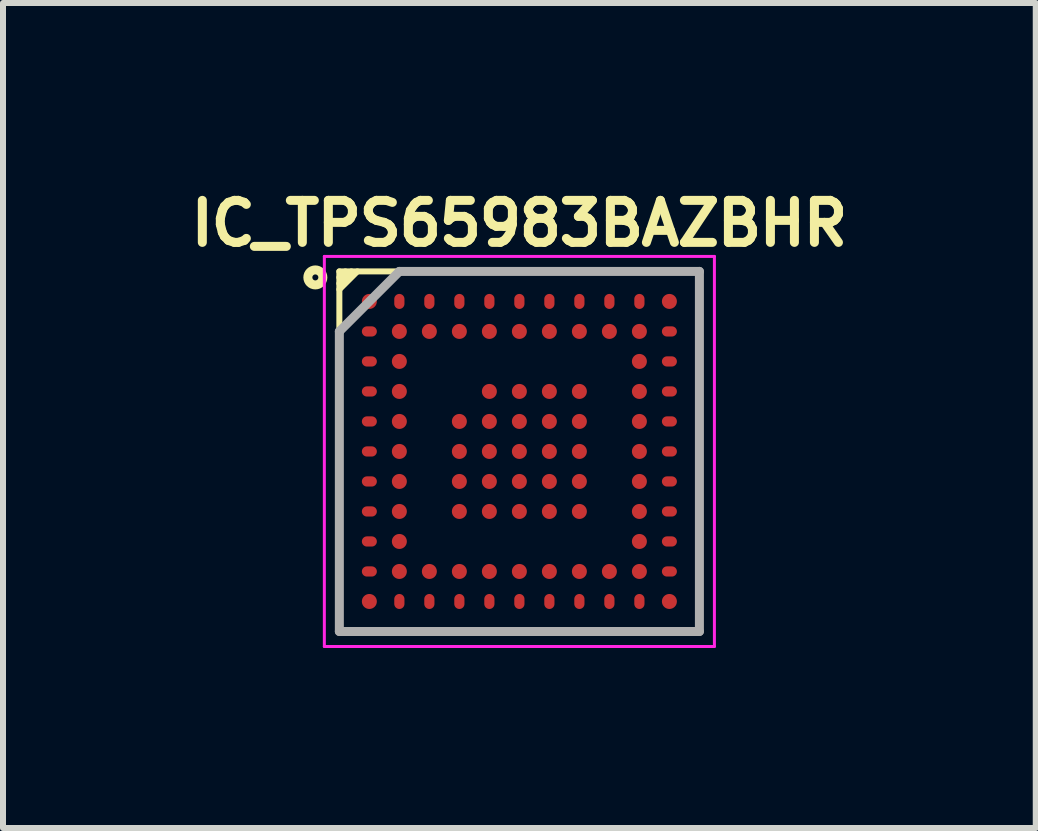
<source format=kicad_pcb>
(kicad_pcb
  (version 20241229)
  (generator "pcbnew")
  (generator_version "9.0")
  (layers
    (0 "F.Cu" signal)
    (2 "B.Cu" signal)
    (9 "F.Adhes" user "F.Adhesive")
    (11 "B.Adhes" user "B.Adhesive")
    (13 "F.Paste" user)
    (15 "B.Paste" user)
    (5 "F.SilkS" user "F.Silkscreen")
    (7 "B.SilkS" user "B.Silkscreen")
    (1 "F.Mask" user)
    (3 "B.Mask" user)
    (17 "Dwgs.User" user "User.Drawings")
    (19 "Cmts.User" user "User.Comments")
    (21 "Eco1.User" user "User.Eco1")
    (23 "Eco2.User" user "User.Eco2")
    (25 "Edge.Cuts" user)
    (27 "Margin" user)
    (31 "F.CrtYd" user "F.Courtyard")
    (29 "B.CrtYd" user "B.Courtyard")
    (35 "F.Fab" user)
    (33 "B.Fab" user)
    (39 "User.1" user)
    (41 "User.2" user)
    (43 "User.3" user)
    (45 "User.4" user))
  (footprint "IC_TPS65983BAZBHR"
    (layer "F.Cu")
    (at 5.605 4.473)
    (property "Reference" "IC_TPS65983BAZBHR" (at 0 -3.8 0) (unlocked yes) (layer "F.SilkS") (effects (font (size 0.7 0.7) (thickness 0.15))))
    (attr smd)
    (fp_line (start -3 -3) (end 3 -3) (stroke (width 0.1) (type solid)) (layer "F.SilkS"))
    (fp_line (start -3 -2.9) (end -2.9 -3) (stroke (width 0.1) (type solid)) (layer "F.SilkS"))
    (fp_line (start -3 -2.8) (end -2.8 -3) (stroke (width 0.1) (type solid)) (layer "F.SilkS"))
    (fp_line (start -3 -2.7) (end -2.7 -3) (stroke (width 0.1) (type solid)) (layer "F.SilkS"))
    (fp_line (start -3 3) (end -3 -3) (stroke (width 0.1) (type solid)) (layer "F.SilkS"))
    (fp_line (start 3 -3) (end 3 3) (stroke (width 0.1) (type solid)) (layer "F.SilkS"))
    (fp_line (start 3 3) (end -3 3) (stroke (width 0.1) (type solid)) (layer "F.SilkS"))
    (fp_circle (center -3.4 -2.9) (end -3.35 -2.9) (stroke (width 0.15) (type solid)) (fill no) (layer "F.SilkS"))
    (fp_poly (pts (xy -2.6 2.6) (xy -2.6 2.4) (xy -2.4 2.4) (xy -2.4 2.6)) (stroke (width 0.05) (type solid)) (fill yes) (layer "F.Paste"))
    (fp_poly (pts (xy -2.4 -2.4) (xy -2.6 -2.4) (xy -2.6 -2.6) (xy -2.4 -2.6)) (stroke (width 0.05) (type solid)) (fill yes) (layer "F.Paste"))
    (fp_poly (pts (xy -2.1 -1.9) (xy -2.1 -2.1) (xy -1.9 -2.1) (xy -1.9 -1.9)) (stroke (width 0.05) (type solid)) (fill yes) (layer "F.Paste"))
    (fp_poly (pts (xy -2.1 -1.4) (xy -2.1 -1.6) (xy -1.9 -1.6) (xy -1.9 -1.4)) (stroke (width 0.05) (type solid)) (fill yes) (layer "F.Paste"))
    (fp_poly (pts (xy -2.1 -0.9) (xy -2.1 -1.1) (xy -1.9 -1.1) (xy -1.9 -0.9)) (stroke (width 0.05) (type solid)) (fill yes) (layer "F.Paste"))
    (fp_poly (pts (xy -2.1 0.6) (xy -2.1 0.4) (xy -1.9 0.4) (xy -1.9 0.6)) (stroke (width 0.05) (type solid)) (fill yes) (layer "F.Paste"))
    (fp_poly (pts (xy -2.1 1.1) (xy -2.1 0.9) (xy -1.9 0.9) (xy -1.9 1.1)) (stroke (width 0.05) (type solid)) (fill yes) (layer "F.Paste"))
    (fp_poly (pts (xy -2.1 1.6) (xy -2.1 1.4) (xy -1.9 1.4) (xy -1.9 1.6)) (stroke (width 0.05) (type solid)) (fill yes) (layer "F.Paste"))
    (fp_poly (pts (xy -2.1 1.9) (xy -1.9 1.9) (xy -1.9 2.1) (xy -2.1 2.1)) (stroke (width 0.05) (type solid)) (fill yes) (layer "F.Paste"))
    (fp_poly (pts (xy -1.9 -0.4) (xy -2.1 -0.4) (xy -2.1 -0.6) (xy -1.9 -0.6)) (stroke (width 0.05) (type solid)) (fill yes) (layer "F.Paste"))
    (fp_poly (pts (xy -1.9 0.1) (xy -2.1 0.1) (xy -2.1 -0.1) (xy -1.9 -0.1)) (stroke (width 0.05) (type solid)) (fill yes) (layer "F.Paste"))
    (fp_poly (pts (xy -1.6 1.9) (xy -1.4 1.9) (xy -1.4 2.1) (xy -1.6 2.1)) (stroke (width 0.05) (type solid)) (fill yes) (layer "F.Paste"))
    (fp_poly (pts (xy -1.4 -1.9) (xy -1.6 -1.9) (xy -1.6 -2.1) (xy -1.4 -2.1)) (stroke (width 0.05) (type solid)) (fill yes) (layer "F.Paste"))
    (fp_poly (pts (xy -1.1 0.1) (xy -1.1 -0.1) (xy -0.9 -0.1) (xy -0.9 0.1)) (stroke (width 0.05) (type solid)) (fill yes) (layer "F.Paste"))
    (fp_poly (pts (xy -1.1 0.6) (xy -1.1 0.4) (xy -0.9 0.4) (xy -0.9 0.6)) (stroke (width 0.05) (type solid)) (fill yes) (layer "F.Paste"))
    (fp_poly (pts (xy -1.1 1.1) (xy -1.1 0.9) (xy -0.9 0.9) (xy -0.9 1.1)) (stroke (width 0.05) (type solid)) (fill yes) (layer "F.Paste"))
    (fp_poly (pts (xy -1.1 2.1) (xy -1.1 1.9) (xy -0.9 1.9) (xy -0.9 2.1)) (stroke (width 0.05) (type solid)) (fill yes) (layer "F.Paste"))
    (fp_poly (pts (xy -0.9 -1.9) (xy -1.1 -1.9) (xy -1.1 -2.1) (xy -0.9 -2.1)) (stroke (width 0.05) (type solid)) (fill yes) (layer "F.Paste"))
    (fp_poly (pts (xy -0.9 -0.4) (xy -1.1 -0.4) (xy -1.1 -0.6) (xy -0.9 -0.6)) (stroke (width 0.05) (type solid)) (fill yes) (layer "F.Paste"))
    (fp_poly (pts (xy -0.6 -1.1) (xy -0.4 -1.1) (xy -0.4 -0.9) (xy -0.6 -0.9)) (stroke (width 0.05) (type solid)) (fill yes) (layer "F.Paste"))
    (fp_poly (pts (xy -0.6 0.1) (xy -0.6 -0.1) (xy -0.4 -0.1) (xy -0.4 0.1)) (stroke (width 0.05) (type solid)) (fill yes) (layer "F.Paste"))
    (fp_poly (pts (xy -0.6 0.6) (xy -0.6 0.4) (xy -0.4 0.4) (xy -0.4 0.6)) (stroke (width 0.05) (type solid)) (fill yes) (layer "F.Paste"))
    (fp_poly (pts (xy -0.6 1.1) (xy -0.6 0.9) (xy -0.4 0.9) (xy -0.4 1.1)) (stroke (width 0.05) (type solid)) (fill yes) (layer "F.Paste"))
    (fp_poly (pts (xy -0.6 2.1) (xy -0.6 1.9) (xy -0.4 1.9) (xy -0.4 2.1)) (stroke (width 0.05) (type solid)) (fill yes) (layer "F.Paste"))
    (fp_poly (pts (xy -0.4 -2.1) (xy -0.4 -1.9) (xy -0.6 -1.9) (xy -0.6 -2.1)) (stroke (width 0.05) (type solid)) (fill yes) (layer "F.Paste"))
    (fp_poly (pts (xy -0.4 -0.4) (xy -0.6 -0.4) (xy -0.6 -0.6) (xy -0.4 -0.6)) (stroke (width 0.05) (type solid)) (fill yes) (layer "F.Paste"))
    (fp_poly (pts (xy -0.1 -1.1) (xy 0.1 -1.1) (xy 0.1 -0.9) (xy -0.1 -0.9)) (stroke (width 0.05) (type solid)) (fill yes) (layer "F.Paste"))
    (fp_poly (pts (xy -0.1 -0.6) (xy 0.1 -0.6) (xy 0.1 -0.4) (xy -0.1 -0.4)) (stroke (width 0.05) (type solid)) (fill yes) (layer "F.Paste"))
    (fp_poly (pts (xy -0.1 -0.1) (xy 0.1 -0.1) (xy 0.1 0.1) (xy -0.1 0.1)) (stroke (width 0.05) (type solid)) (fill yes) (layer "F.Paste"))
    (fp_poly (pts (xy -0.1 0.4) (xy 0.1 0.4) (xy 0.1 0.6) (xy -0.1 0.6)) (stroke (width 0.05) (type solid)) (fill yes) (layer "F.Paste"))
    (fp_poly (pts (xy -0.1 0.9) (xy 0.1 0.9) (xy 0.1 1.1) (xy -0.1 1.1)) (stroke (width 0.05) (type solid)) (fill yes) (layer "F.Paste"))
    (fp_poly (pts (xy -0.1 1.9) (xy 0.1 1.9) (xy 0.1 2.1) (xy -0.1 2.1)) (stroke (width 0.05) (type solid)) (fill yes) (layer "F.Paste"))
    (fp_poly (pts (xy 0.1 -2.1) (xy 0.1 -1.9) (xy -0.1 -1.9) (xy -0.1 -2.1)) (stroke (width 0.05) (type solid)) (fill yes) (layer "F.Paste"))
    (fp_poly (pts (xy 0.4 -1.1) (xy 0.6 -1.1) (xy 0.6 -0.9) (xy 0.4 -0.9)) (stroke (width 0.05) (type solid)) (fill yes) (layer "F.Paste"))
    (fp_poly (pts (xy 0.4 -0.6) (xy 0.6 -0.6) (xy 0.6 -0.4) (xy 0.4 -0.4)) (stroke (width 0.05) (type solid)) (fill yes) (layer "F.Paste"))
    (fp_poly (pts (xy 0.4 0.6) (xy 0.4 0.4) (xy 0.6 0.4) (xy 0.6 0.6)) (stroke (width 0.05) (type solid)) (fill yes) (layer "F.Paste"))
    (fp_poly (pts (xy 0.4 0.9) (xy 0.6 0.9) (xy 0.6 1.1) (xy 0.4 1.1)) (stroke (width 0.05) (type solid)) (fill yes) (layer "F.Paste"))
    (fp_poly (pts (xy 0.4 1.9) (xy 0.6 1.9) (xy 0.6 2.1) (xy 0.4 2.1)) (stroke (width 0.05) (type solid)) (fill yes) (layer "F.Paste"))
    (fp_poly (pts (xy 0.6 -1.9) (xy 0.4 -1.9) (xy 0.4 -2.1) (xy 0.6 -2.1)) (stroke (width 0.05) (type solid)) (fill yes) (layer "F.Paste"))
    (fp_poly (pts (xy 0.6 0.1) (xy 0.4 0.1) (xy 0.4 -0.1) (xy 0.6 -0.1)) (stroke (width 0.05) (type solid)) (fill yes) (layer "F.Paste"))
    (fp_poly (pts (xy 0.9 -1.1) (xy 1.1 -1.1) (xy 1.1 -0.9) (xy 0.9 -0.9)) (stroke (width 0.05) (type solid)) (fill yes) (layer "F.Paste"))
    (fp_poly (pts (xy 0.9 -0.6) (xy 1.1 -0.6) (xy 1.1 -0.4) (xy 0.9 -0.4)) (stroke (width 0.05) (type solid)) (fill yes) (layer "F.Paste"))
    (fp_poly (pts (xy 0.9 1.1) (xy 0.9 0.9) (xy 1.1 0.9) (xy 1.1 1.1)) (stroke (width 0.05) (type solid)) (fill yes) (layer "F.Paste"))
    (fp_poly (pts (xy 0.9 1.9) (xy 1.1 1.9) (xy 1.1 2.1) (xy 0.9 2.1)) (stroke (width 0.05) (type solid)) (fill yes) (layer "F.Paste"))
    (fp_poly (pts (xy 1.1 -1.9) (xy 0.9 -1.9) (xy 0.9 -2.1) (xy 1.1 -2.1)) (stroke (width 0.05) (type solid)) (fill yes) (layer "F.Paste"))
    (fp_poly (pts (xy 1.1 0.1) (xy 0.9 0.1) (xy 0.9 -0.1) (xy 1.1 -0.1)) (stroke (width 0.05) (type solid)) (fill yes) (layer "F.Paste"))
    (fp_poly (pts (xy 1.1 0.6) (xy 0.9 0.6) (xy 0.9 0.4) (xy 1.1 0.4)) (stroke (width 0.05) (type solid)) (fill yes) (layer "F.Paste"))
    (fp_poly (pts (xy 1.4 1.9) (xy 1.6 1.9) (xy 1.6 2.1) (xy 1.4 2.1)) (stroke (width 0.05) (type solid)) (fill yes) (layer "F.Paste"))
    (fp_poly (pts (xy 1.6 -1.9) (xy 1.4 -1.9) (xy 1.4 -2.1) (xy 1.6 -2.1)) (stroke (width 0.05) (type solid)) (fill yes) (layer "F.Paste"))
    (fp_poly (pts (xy 1.9 -0.1) (xy 2.1 -0.1) (xy 2.1 0.1) (xy 1.9 0.1)) (stroke (width 0.05) (type solid)) (fill yes) (layer "F.Paste"))
    (fp_poly (pts (xy 1.9 2.1) (xy 1.9 1.9) (xy 2.1 1.9) (xy 2.1 2.1)) (stroke (width 0.05) (type solid)) (fill yes) (layer "F.Paste"))
    (fp_poly (pts (xy 2.1 -1.9) (xy 1.9 -1.9) (xy 1.9 -2.1) (xy 2.1 -2.1)) (stroke (width 0.05) (type solid)) (fill yes) (layer "F.Paste"))
    (fp_poly (pts (xy 2.1 -1.6) (xy 2.1 -1.4) (xy 1.9 -1.4) (xy 1.9 -1.6)) (stroke (width 0.05) (type solid)) (fill yes) (layer "F.Paste"))
    (fp_poly (pts (xy 2.1 -1.1) (xy 2.1 -0.9) (xy 1.9 -0.9) (xy 1.9 -1.1)) (stroke (width 0.05) (type solid)) (fill yes) (layer "F.Paste"))
    (fp_poly (pts (xy 2.1 -0.6) (xy 2.1 -0.4) (xy 1.9 -0.4) (xy 1.9 -0.6)) (stroke (width 0.05) (type solid)) (fill yes) (layer "F.Paste"))
    (fp_poly (pts (xy 2.1 0.4) (xy 2.1 0.6) (xy 1.9 0.6) (xy 1.9 0.4)) (stroke (width 0.05) (type solid)) (fill yes) (layer "F.Paste"))
    (fp_poly (pts (xy 2.1 0.9) (xy 2.1 1.1) (xy 1.9 1.1) (xy 1.9 0.9)) (stroke (width 0.05) (type solid)) (fill yes) (layer "F.Paste"))
    (fp_poly (pts (xy 2.1 1.4) (xy 2.1 1.6) (xy 1.9 1.6) (xy 1.9 1.4)) (stroke (width 0.05) (type solid)) (fill yes) (layer "F.Paste"))
    (fp_poly (pts (xy 2.6 -2.4) (xy 2.4 -2.4) (xy 2.4 -2.6) (xy 2.6 -2.6)) (stroke (width 0.05) (type solid)) (fill yes) (layer "F.Paste"))
    (fp_poly (pts (xy 2.6 2.6) (xy 2.4 2.6) (xy 2.4 2.4) (xy 2.6 2.4)) (stroke (width 0.05) (type solid)) (fill yes) (layer "F.Paste"))
    (fp_line (start -3.25 -3.25) (end -3.25 3.25) (stroke (width 0.05) (type solid)) (layer "F.CrtYd"))
    (fp_line (start -3.25 3.25) (end 3.25 3.25) (stroke (width 0.05) (type solid)) (layer "F.CrtYd"))
    (fp_line (start 3.25 -3.25) (end -3.25 -3.25) (stroke (width 0.05) (type solid)) (layer "F.CrtYd"))
    (fp_line (start 3.25 -3.25) (end 3.25 3.25) (stroke (width 0.05) (type solid)) (layer "F.CrtYd"))
    (fp_line (start -3 -2) (end -2 -3) (stroke (width 0.15) (type solid)) (layer "F.Fab"))
    (fp_line (start -3 3) (end -3 -2) (stroke (width 0.15) (type solid)) (layer "F.Fab"))
    (fp_line (start -2 -3) (end 3 -3) (stroke (width 0.15) (type solid)) (layer "F.Fab"))
    (fp_line (start 3 -3) (end 3 3) (stroke (width 0.15) (type solid)) (layer "F.Fab"))
    (fp_line (start 3 3) (end -3 3) (stroke (width 0.15) (type solid)) (layer "F.Fab"))
    (fp_rect (start 3 -3) (end -3 3) (stroke (width 0.12) (type solid)) (fill no) (layer "User.5"))
    (pad "A1" smd circle (at -2.5 -2.5) (size 0.25 0.25) (layers "F.Cu" "F.Mask" "F.Paste"))
    (pad "A2" smd oval (at -2 -2.5) (size 0.17 0.25) (layers "F.Cu" "F.Mask" "F.Paste"))
    (pad "A3" smd oval (at -1.5 -2.5) (size 0.17 0.25) (layers "F.Cu" "F.Mask" "F.Paste"))
    (pad "A4" smd oval (at -1 -2.5) (size 0.17 0.25) (layers "F.Cu" "F.Mask" "F.Paste"))
    (pad "A5" smd oval (at -0.5 -2.5) (size 0.17 0.25) (layers "F.Cu" "F.Mask" "F.Paste"))
    (pad "A6" smd oval (at 0 -2.5) (size 0.17 0.25) (layers "F.Cu" "F.Mask" "F.Paste"))
    (pad "A7" smd oval (at 0.5 -2.5) (size 0.17 0.25) (layers "F.Cu" "F.Mask" "F.Paste"))
    (pad "A8" smd oval (at 1 -2.5) (size 0.17 0.25) (layers "F.Cu" "F.Mask" "F.Paste"))
    (pad "A9" smd oval (at 1.5 -2.5) (size 0.17 0.25) (layers "F.Cu" "F.Mask" "F.Paste"))
    (pad "A10" smd oval (at 2 -2.5) (size 0.17 0.25) (layers "F.Cu" "F.Mask" "F.Paste"))
    (pad "A11" smd circle (at 2.5 -2.5) (size 0.25 0.25) (layers "F.Cu" "F.Mask" "F.Paste"))
    (pad "B1" smd oval (at -2.5 -2) (size 0.25 0.17) (layers "F.Cu" "F.Mask" "F.Paste"))
    (pad "B2" smd circle (at -2 -2 270) (size 0.25 0.25) (layers "F.Cu" "F.Mask" "F.Paste"))
    (pad "B3" smd circle (at -1.5 -2) (size 0.25 0.25) (layers "F.Cu" "F.Mask" "F.Paste"))
    (pad "B4" smd circle (at -1 -2) (size 0.25 0.25) (layers "F.Cu" "F.Mask" "F.Paste"))
    (pad "B5" smd circle (at -0.5 -2 90) (size 0.25 0.25) (layers "F.Cu" "F.Mask" "F.Paste"))
    (pad "B6" smd circle (at 0 -2 90) (size 0.25 0.25) (layers "F.Cu" "F.Mask" "F.Paste"))
    (pad "B7" smd circle (at 0.5 -2) (size 0.25 0.25) (layers "F.Cu" "F.Mask" "F.Paste"))
    (pad "B8" smd circle (at 1 -2) (size 0.25 0.25) (layers "F.Cu" "F.Mask" "F.Paste"))
    (pad "B9" smd circle (at 1.5 -2) (size 0.25 0.25) (layers "F.Cu" "F.Mask" "F.Paste"))
    (pad "B10" smd circle (at 2 -2) (size 0.25 0.25) (layers "F.Cu" "F.Mask" "F.Paste"))
    (pad "B11" smd oval (at 2.5 -2) (size 0.25 0.17) (layers "F.Cu" "F.Mask" "F.Paste"))
    (pad "C1" smd oval (at -2.5 -1.5) (size 0.25 0.17) (layers "F.Cu" "F.Mask" "F.Paste"))
    (pad "C2" smd circle (at -2 -1.5 270) (size 0.25 0.25) (layers "F.Cu" "F.Mask" "F.Paste"))
    (pad "C10" smd circle (at 2 -1.5 90) (size 0.25 0.25) (layers "F.Cu" "F.Mask" "F.Paste"))
    (pad "C11" smd oval (at 2.5 -1.5) (size 0.25 0.17) (layers "F.Cu" "F.Mask" "F.Paste"))
    (pad "D1" smd oval (at -2.5 -1) (size 0.25 0.17) (layers "F.Cu" "F.Mask" "F.Paste"))
    (pad "D2" smd circle (at -2 -1 270) (size 0.25 0.25) (layers "F.Cu" "F.Mask" "F.Paste"))
    (pad "D5" smd circle (at -0.5 -1 180) (size 0.25 0.25) (layers "F.Cu" "F.Mask" "F.Paste"))
    (pad "D6" smd circle (at 0 -1 180) (size 0.25 0.25) (layers "F.Cu" "F.Mask" "F.Paste"))
    (pad "D7" smd circle (at 0.5 -1 180) (size 0.25 0.25) (layers "F.Cu" "F.Mask" "F.Paste"))
    (pad "D8" smd circle (at 1 -1 180) (size 0.25 0.25) (layers "F.Cu" "F.Mask" "F.Paste"))
    (pad "D10" smd circle (at 2 -1 90) (size 0.25 0.25) (layers "F.Cu" "F.Mask" "F.Paste"))
    (pad "D11" smd oval (at 2.5 -1) (size 0.25 0.17) (layers "F.Cu" "F.Mask" "F.Paste"))
    (pad "E1" smd oval (at -2.5 -0.5) (size 0.25 0.17) (layers "F.Cu" "F.Mask" "F.Paste"))
    (pad "E2" smd circle (at -2 -0.5) (size 0.25 0.25) (layers "F.Cu" "F.Mask" "F.Paste"))
    (pad "E4" smd circle (at -1 -0.5) (size 0.25 0.25) (layers "F.Cu" "F.Mask" "F.Paste"))
    (pad "E5" smd circle (at -0.5 -0.5) (size 0.25 0.25) (layers "F.Cu" "F.Mask" "F.Paste"))
    (pad "E6" smd circle (at 0 -0.5 180) (size 0.25 0.25) (layers "F.Cu" "F.Mask" "F.Paste"))
    (pad "E7" smd circle (at 0.5 -0.5 180) (size 0.25 0.25) (layers "F.Cu" "F.Mask" "F.Paste"))
    (pad "E8" smd circle (at 1 -0.5 180) (size 0.25 0.25) (layers "F.Cu" "F.Mask" "F.Paste"))
    (pad "E10" smd circle (at 2 -0.5 90) (size 0.25 0.25) (layers "F.Cu" "F.Mask" "F.Paste"))
    (pad "E11" smd oval (at 2.5 -0.5) (size 0.25 0.17) (layers "F.Cu" "F.Mask" "F.Paste"))
    (pad "F1" smd oval (at -2.5 0) (size 0.25 0.17) (layers "F.Cu" "F.Mask" "F.Paste"))
    (pad "F2" smd circle (at -2 0) (size 0.25 0.25) (layers "F.Cu" "F.Mask" "F.Paste"))
    (pad "F4" smd circle (at -1 0 270) (size 0.25 0.25) (layers "F.Cu" "F.Mask" "F.Paste"))
    (pad "F5" smd circle (at -0.5 0 270) (size 0.25 0.25) (layers "F.Cu" "F.Mask" "F.Paste"))
    (pad "F6" smd circle (at 0 0 180) (size 0.25 0.25) (layers "F.Cu" "F.Mask" "F.Paste"))
    (pad "F7" smd circle (at 0.5 0) (size 0.25 0.25) (layers "F.Cu" "F.Mask" "F.Paste"))
    (pad "F8" smd circle (at 1 0) (size 0.25 0.25) (layers "F.Cu" "F.Mask" "F.Paste"))
    (pad "F10" smd circle (at 2 0 180) (size 0.25 0.25) (layers "F.Cu" "F.Mask" "F.Paste"))
    (pad "F11" smd oval (at 2.5 0) (size 0.25 0.17) (layers "F.Cu" "F.Mask" "F.Paste"))
    (pad "G1" smd oval (at -2.5 0.5) (size 0.25 0.17) (layers "F.Cu" "F.Mask" "F.Paste"))
    (pad "G2" smd circle (at -2 0.5 270) (size 0.25 0.25) (layers "F.Cu" "F.Mask" "F.Paste"))
    (pad "G4" smd circle (at -1 0.5 270) (size 0.25 0.25) (layers "F.Cu" "F.Mask" "F.Paste"))
    (pad "G5" smd circle (at -0.5 0.5 270) (size 0.25 0.25) (layers "F.Cu" "F.Mask" "F.Paste"))
    (pad "G6" smd circle (at 0 0.5 180) (size 0.25 0.25) (layers "F.Cu" "F.Mask" "F.Paste"))
    (pad "G7" smd circle (at 0.5 0.5 270) (size 0.25 0.25) (layers "F.Cu" "F.Mask" "F.Paste"))
    (pad "G8" smd circle (at 1 0.5) (size 0.25 0.25) (layers "F.Cu" "F.Mask" "F.Paste"))
    (pad "G10" smd circle (at 2 0.5 90) (size 0.25 0.25) (layers "F.Cu" "F.Mask" "F.Paste"))
    (pad "G11" smd oval (at 2.5 0.5) (size 0.25 0.17) (layers "F.Cu" "F.Mask" "F.Paste"))
    (pad "H1" smd oval (at -2.5 1) (size 0.25 0.17) (layers "F.Cu" "F.Mask" "F.Paste"))
    (pad "H2" smd circle (at -2 1 270) (size 0.25 0.25) (layers "F.Cu" "F.Mask" "F.Paste"))
    (pad "H4" smd circle (at -1 1 270) (size 0.25 0.25) (layers "F.Cu" "F.Mask" "F.Paste"))
    (pad "H5" smd circle (at -0.5 1 270) (size 0.25 0.25) (layers "F.Cu" "F.Mask" "F.Paste"))
    (pad "H6" smd circle (at 0 1 180) (size 0.25 0.25) (layers "F.Cu" "F.Mask" "F.Paste"))
    (pad "H7" smd circle (at 0.5 1 180) (size 0.25 0.25) (layers "F.Cu" "F.Mask" "F.Paste"))
    (pad "H8" smd circle (at 1 1 270) (size 0.25 0.25) (layers "F.Cu" "F.Mask" "F.Paste"))
    (pad "H10" smd circle (at 2 1 90) (size 0.25 0.25) (layers "F.Cu" "F.Mask" "F.Paste"))
    (pad "H11" smd oval (at 2.5 1) (size 0.25 0.17) (layers "F.Cu" "F.Mask" "F.Paste"))
    (pad "J1" smd oval (at -2.5 1.5) (size 0.25 0.17) (layers "F.Cu" "F.Mask" "F.Paste"))
    (pad "J2" smd circle (at -2 1.5 270) (size 0.25 0.25) (layers "F.Cu" "F.Mask" "F.Paste"))
    (pad "J10" smd circle (at 2 1.5 90) (size 0.25 0.25) (layers "F.Cu" "F.Mask" "F.Paste"))
    (pad "J11" smd oval (at 2.5 1.5) (size 0.25 0.17) (layers "F.Cu" "F.Mask" "F.Paste"))
    (pad "K1" smd oval (at -2.5 2) (size 0.25 0.17) (layers "F.Cu" "F.Mask" "F.Paste"))
    (pad "K2" smd circle (at -2 2 180) (size 0.25 0.25) (layers "F.Cu" "F.Mask" "F.Paste"))
    (pad "K3" smd circle (at -1.5 2 180) (size 0.25 0.25) (layers "F.Cu" "F.Mask" "F.Paste"))
    (pad "K4" smd circle (at -1 2 270) (size 0.25 0.25) (layers "F.Cu" "F.Mask" "F.Paste"))
    (pad "K5" smd circle (at -0.5 2 270) (size 0.25 0.25) (layers "F.Cu" "F.Mask" "F.Paste"))
    (pad "K6" smd circle (at 0 2 180) (size 0.25 0.25) (layers "F.Cu" "F.Mask" "F.Paste"))
    (pad "K7" smd circle (at 0.5 2 180) (size 0.25 0.25) (layers "F.Cu" "F.Mask" "F.Paste"))
    (pad "K8" smd circle (at 1 2 180) (size 0.25 0.25) (layers "F.Cu" "F.Mask" "F.Paste"))
    (pad "K9" smd circle (at 1.5 2 180) (size 0.25 0.25) (layers "F.Cu" "F.Mask" "F.Paste"))
    (pad "K10" smd circle (at 2 2 270) (size 0.25 0.25) (layers "F.Cu" "F.Mask" "F.Paste"))
    (pad "K11" smd oval (at 2.5 2) (size 0.25 0.17) (layers "F.Cu" "F.Mask" "F.Paste"))
    (pad "L1" smd circle (at -2.5 2.5 270) (size 0.25 0.25) (layers "F.Cu" "F.Mask" "F.Paste"))
    (pad "L2" smd oval (at -2 2.5) (size 0.17 0.25) (layers "F.Cu" "F.Mask" "F.Paste"))
    (pad "L3" smd oval (at -1.5 2.5) (size 0.17 0.25) (layers "F.Cu" "F.Mask" "F.Paste"))
    (pad "L4" smd oval (at -1 2.5) (size 0.17 0.25) (layers "F.Cu" "F.Mask" "F.Paste"))
    (pad "L5" smd oval (at -0.5 2.5) (size 0.17 0.25) (layers "F.Cu" "F.Mask" "F.Paste"))
    (pad "L6" smd oval (at 0 2.5) (size 0.17 0.25) (layers "F.Cu" "F.Mask" "F.Paste"))
    (pad "L7" smd oval (at 0.5 2.5) (size 0.17 0.25) (layers "F.Cu" "F.Mask" "F.Paste"))
    (pad "L8" smd oval (at 1 2.5) (size 0.17 0.25) (layers "F.Cu" "F.Mask" "F.Paste"))
    (pad "L9" smd oval (at 1.5 2.5) (size 0.17 0.25) (layers "F.Cu" "F.Mask" "F.Paste"))
    (pad "L10" smd oval (at 2 2.5) (size 0.17 0.25) (layers "F.Cu" "F.Mask" "F.Paste"))
    (pad "L11" smd circle (at 2.5 2.5) (size 0.25 0.25) (layers "F.Cu" "F.Mask" "F.Paste")))
  (gr_rect
    (start -3 -3)
    (end 14.21 10.748)
    (stroke (width 0.1) (type default))
    (fill no)
    (layer "Edge.Cuts")))
</source>
